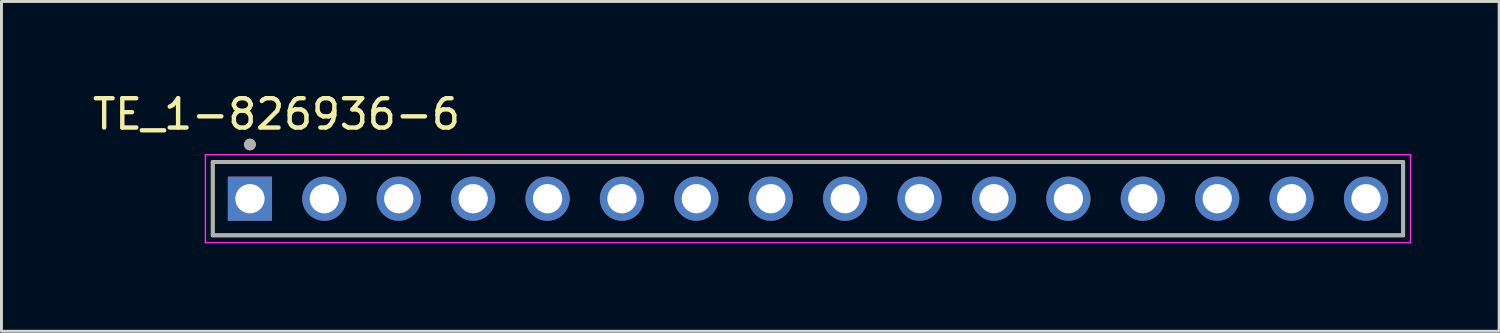
<source format=kicad_pcb>
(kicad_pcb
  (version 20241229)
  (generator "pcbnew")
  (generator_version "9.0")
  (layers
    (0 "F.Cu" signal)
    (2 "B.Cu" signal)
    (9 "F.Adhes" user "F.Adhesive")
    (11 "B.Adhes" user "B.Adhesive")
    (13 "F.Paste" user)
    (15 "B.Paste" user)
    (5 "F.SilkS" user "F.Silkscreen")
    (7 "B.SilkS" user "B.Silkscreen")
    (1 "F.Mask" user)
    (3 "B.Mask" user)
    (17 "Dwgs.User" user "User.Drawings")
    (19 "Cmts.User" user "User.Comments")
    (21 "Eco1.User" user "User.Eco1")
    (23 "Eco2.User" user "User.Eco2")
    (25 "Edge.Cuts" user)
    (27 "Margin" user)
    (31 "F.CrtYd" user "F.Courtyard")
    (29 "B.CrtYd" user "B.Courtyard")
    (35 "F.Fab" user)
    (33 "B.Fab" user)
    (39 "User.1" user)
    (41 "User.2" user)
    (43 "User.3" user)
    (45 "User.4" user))
  (footprint "TE_1-826936-6"
    (layer "F.Cu")
    (at 24.532 3.733)
    (property "Reference" "TE_1-826936-6" (at -18.145 -2.885 0) (layer "F.SilkS") (effects (font (size 1 1) (thickness 0.15))))
    (attr through_hole)
    (fp_line (start -20.32 -1.25) (end 20.32 -1.25) (stroke (width 0.127) (type solid)) (layer "F.SilkS"))
    (fp_line (start -20.32 1.25) (end -20.32 -1.25) (stroke (width 0.127) (type solid)) (layer "F.SilkS"))
    (fp_line (start 20.32 -1.25) (end 20.32 1.25) (stroke (width 0.127) (type solid)) (layer "F.SilkS"))
    (fp_line (start 20.32 1.25) (end -20.32 1.25) (stroke (width 0.127) (type solid)) (layer "F.SilkS"))
    (fp_circle (center -19.05 -1.85) (end -18.95 -1.85) (stroke (width 0.2) (type solid)) (fill no) (layer "F.SilkS"))
    (fp_line (start -20.57 -1.5) (end 20.57 -1.5) (stroke (width 0.05) (type solid)) (layer "F.CrtYd"))
    (fp_line (start -20.57 1.5) (end -20.57 -1.5) (stroke (width 0.05) (type solid)) (layer "F.CrtYd"))
    (fp_line (start 20.57 -1.5) (end 20.57 1.5) (stroke (width 0.05) (type solid)) (layer "F.CrtYd"))
    (fp_line (start 20.57 1.5) (end -20.57 1.5) (stroke (width 0.05) (type solid)) (layer "F.CrtYd"))
    (fp_line (start -20.32 -1.25) (end 20.32 -1.25) (stroke (width 0.127) (type solid)) (layer "F.Fab"))
    (fp_line (start -20.32 1.25) (end -20.32 -1.25) (stroke (width 0.127) (type solid)) (layer "F.Fab"))
    (fp_line (start 20.32 -1.25) (end 20.32 1.25) (stroke (width 0.127) (type solid)) (layer "F.Fab"))
    (fp_line (start 20.32 1.25) (end -20.32 1.25) (stroke (width 0.127) (type solid)) (layer "F.Fab"))
    (fp_circle (center -19.05 -1.85) (end -18.95 -1.85) (stroke (width 0.2) (type solid)) (fill no) (layer "F.Fab"))
    (pad "1" thru_hole rect (at -19.05 0) (size 1.508 1.508) (drill 1) (layers "*.Cu" "*.Mask"))
    (pad "2" thru_hole circle (at -16.51 0) (size 1.508 1.508) (drill 1) (layers "*.Cu" "*.Mask"))
    (pad "3" thru_hole circle (at -13.97 0) (size 1.508 1.508) (drill 1) (layers "*.Cu" "*.Mask"))
    (pad "4" thru_hole circle (at -11.43 0) (size 1.508 1.508) (drill 1) (layers "*.Cu" "*.Mask"))
    (pad "5" thru_hole circle (at -8.89 0) (size 1.508 1.508) (drill 1) (layers "*.Cu" "*.Mask"))
    (pad "6" thru_hole circle (at -6.35 0) (size 1.508 1.508) (drill 1) (layers "*.Cu" "*.Mask"))
    (pad "7" thru_hole circle (at -3.81 0) (size 1.508 1.508) (drill 1) (layers "*.Cu" "*.Mask"))
    (pad "8" thru_hole circle (at -1.27 0) (size 1.508 1.508) (drill 1) (layers "*.Cu" "*.Mask"))
    (pad "9" thru_hole circle (at 1.27 0) (size 1.508 1.508) (drill 1) (layers "*.Cu" "*.Mask"))
    (pad "10" thru_hole circle (at 3.81 0) (size 1.508 1.508) (drill 1) (layers "*.Cu" "*.Mask"))
    (pad "11" thru_hole circle (at 6.35 0) (size 1.508 1.508) (drill 1) (layers "*.Cu" "*.Mask"))
    (pad "12" thru_hole circle (at 8.89 0) (size 1.508 1.508) (drill 1) (layers "*.Cu" "*.Mask"))
    (pad "13" thru_hole circle (at 11.43 0) (size 1.508 1.508) (drill 1) (layers "*.Cu" "*.Mask"))
    (pad "14" thru_hole circle (at 13.97 0) (size 1.508 1.508) (drill 1) (layers "*.Cu" "*.Mask"))
    (pad "15" thru_hole circle (at 16.51 0) (size 1.508 1.508) (drill 1) (layers "*.Cu" "*.Mask"))
    (pad "16" thru_hole circle (at 19.05 0) (size 1.508 1.508) (drill 1) (layers "*.Cu" "*.Mask")))
  (gr_rect
    (start -3 -3)
    (end 48.127 8.258)
    (stroke (width 0.1) (type default))
    (fill no)
    (layer "Edge.Cuts")))
</source>
